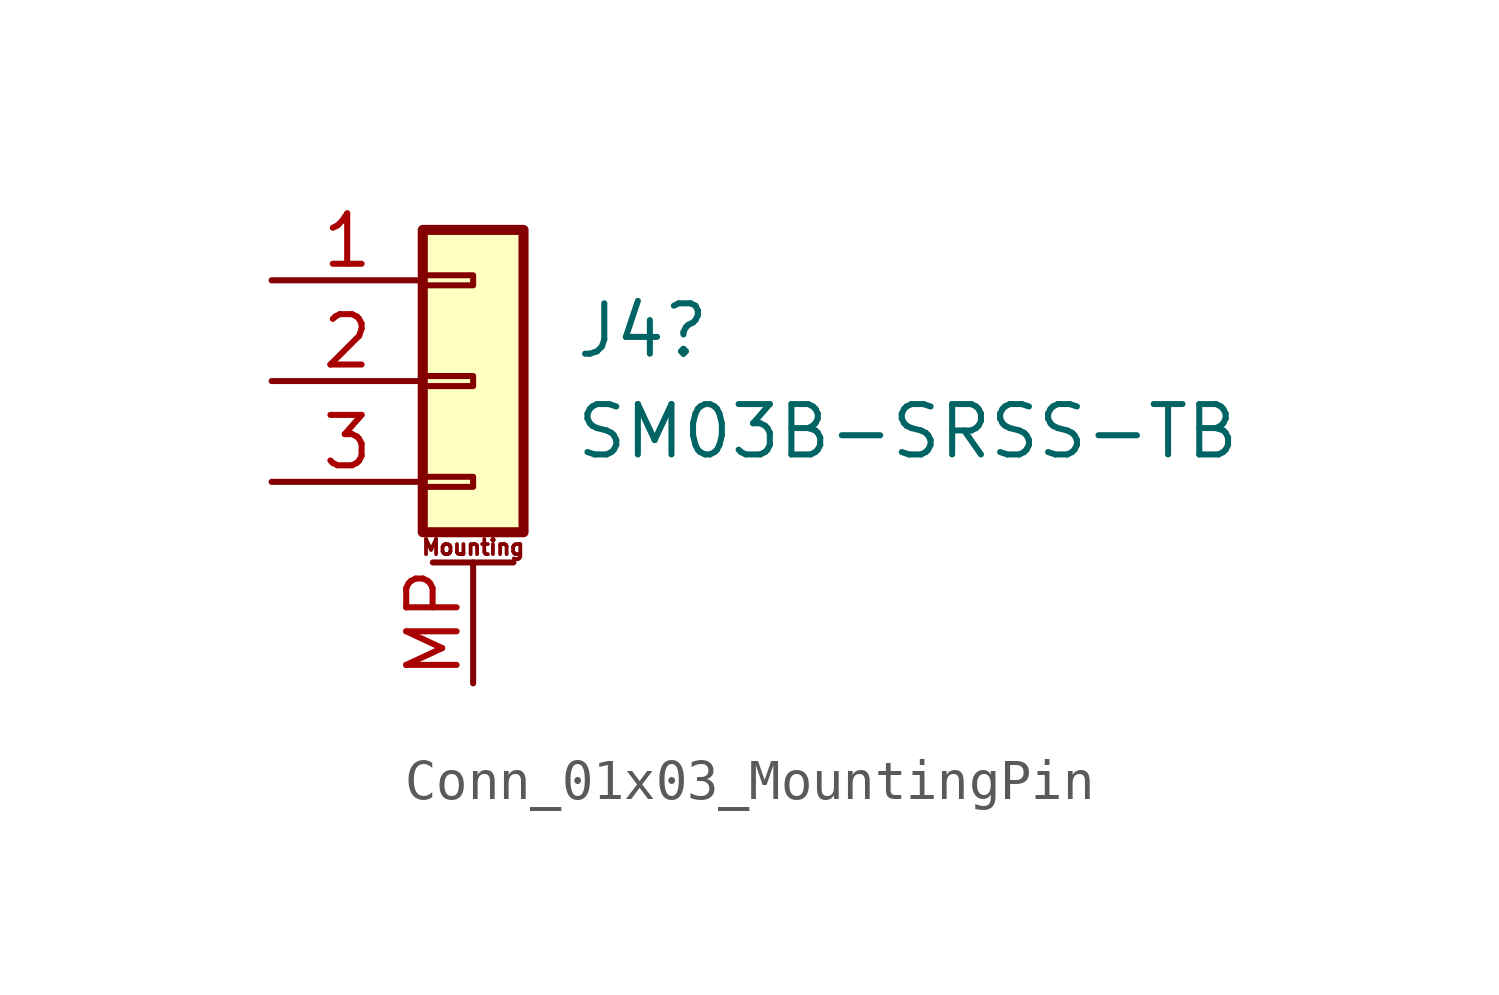
<source format=kicad_sym>
(kicad_symbol_lib
  (version 20241209)
  (generator "kicad_symbol_editor")
  (generator_version "9.0")
  (symbol "Conn_01x03_MountingPin"
    (pin_names
      (offset 1.016)
      (hide yes))
    (property "Reference" "J4"
      (at 2.54 1.27 0)
      (effects (font (size 1.27 1.27)) (justify left)))
    (property "Value" "SM03B-SRSS-TB"
      (at 2.54 -1.27 0)
      (effects (font (size 1.27 1.27)) (justify left)))
    (property "Description" ""
      (at 0 0 0)
      (effects (font (size 1.27 1.27))))
    (symbol "Conn_01x03_MountingPin_1_1"
      (rectangle (start -1.27 3.81) (end 1.27 -3.81) (stroke (width 0.254) (type default)) (fill (type background)))
      (rectangle (start -1.27 2.667) (end 0 2.413) (stroke (width 0.152) (type default)) (fill (type none)))
      (rectangle (start -1.27 0.127) (end 0 -0.127) (stroke (width 0.152) (type default)) (fill (type none)))
      (rectangle (start -1.27 -2.413) (end 0 -2.667) (stroke (width 0.152) (type default)) (fill (type none)))
      (polyline (pts (xy -1.016 -4.572) (xy 1.016 -4.572)) (stroke (width 0.152) (type default)) (fill (type none)))
      (text "Mounting" (at 0 -4.191 0) (effects (font (size 0.381 0.381))))
      (pin passive line (at -5.08 2.54 0) (length 3.81) (name "Pin_1" (effects (font (size 1.27 1.27)))) (number "1" (effects (font (size 1.27 1.27)))))
      (pin passive line (at -5.08 0 0) (length 3.81) (name "Pin_2" (effects (font (size 1.27 1.27)))) (number "2" (effects (font (size 1.27 1.27)))))
      (pin passive line (at -5.08 -2.54 0) (length 3.81) (name "Pin_3" (effects (font (size 1.27 1.27)))) (number "3" (effects (font (size 1.27 1.27)))))
      (pin passive line (at 0 -7.62 90) (length 3.048) (name "MountPin" (effects (font (size 1.27 1.27)))) (number "MP" (effects (font (size 1.27 1.27))))))))
</source>
